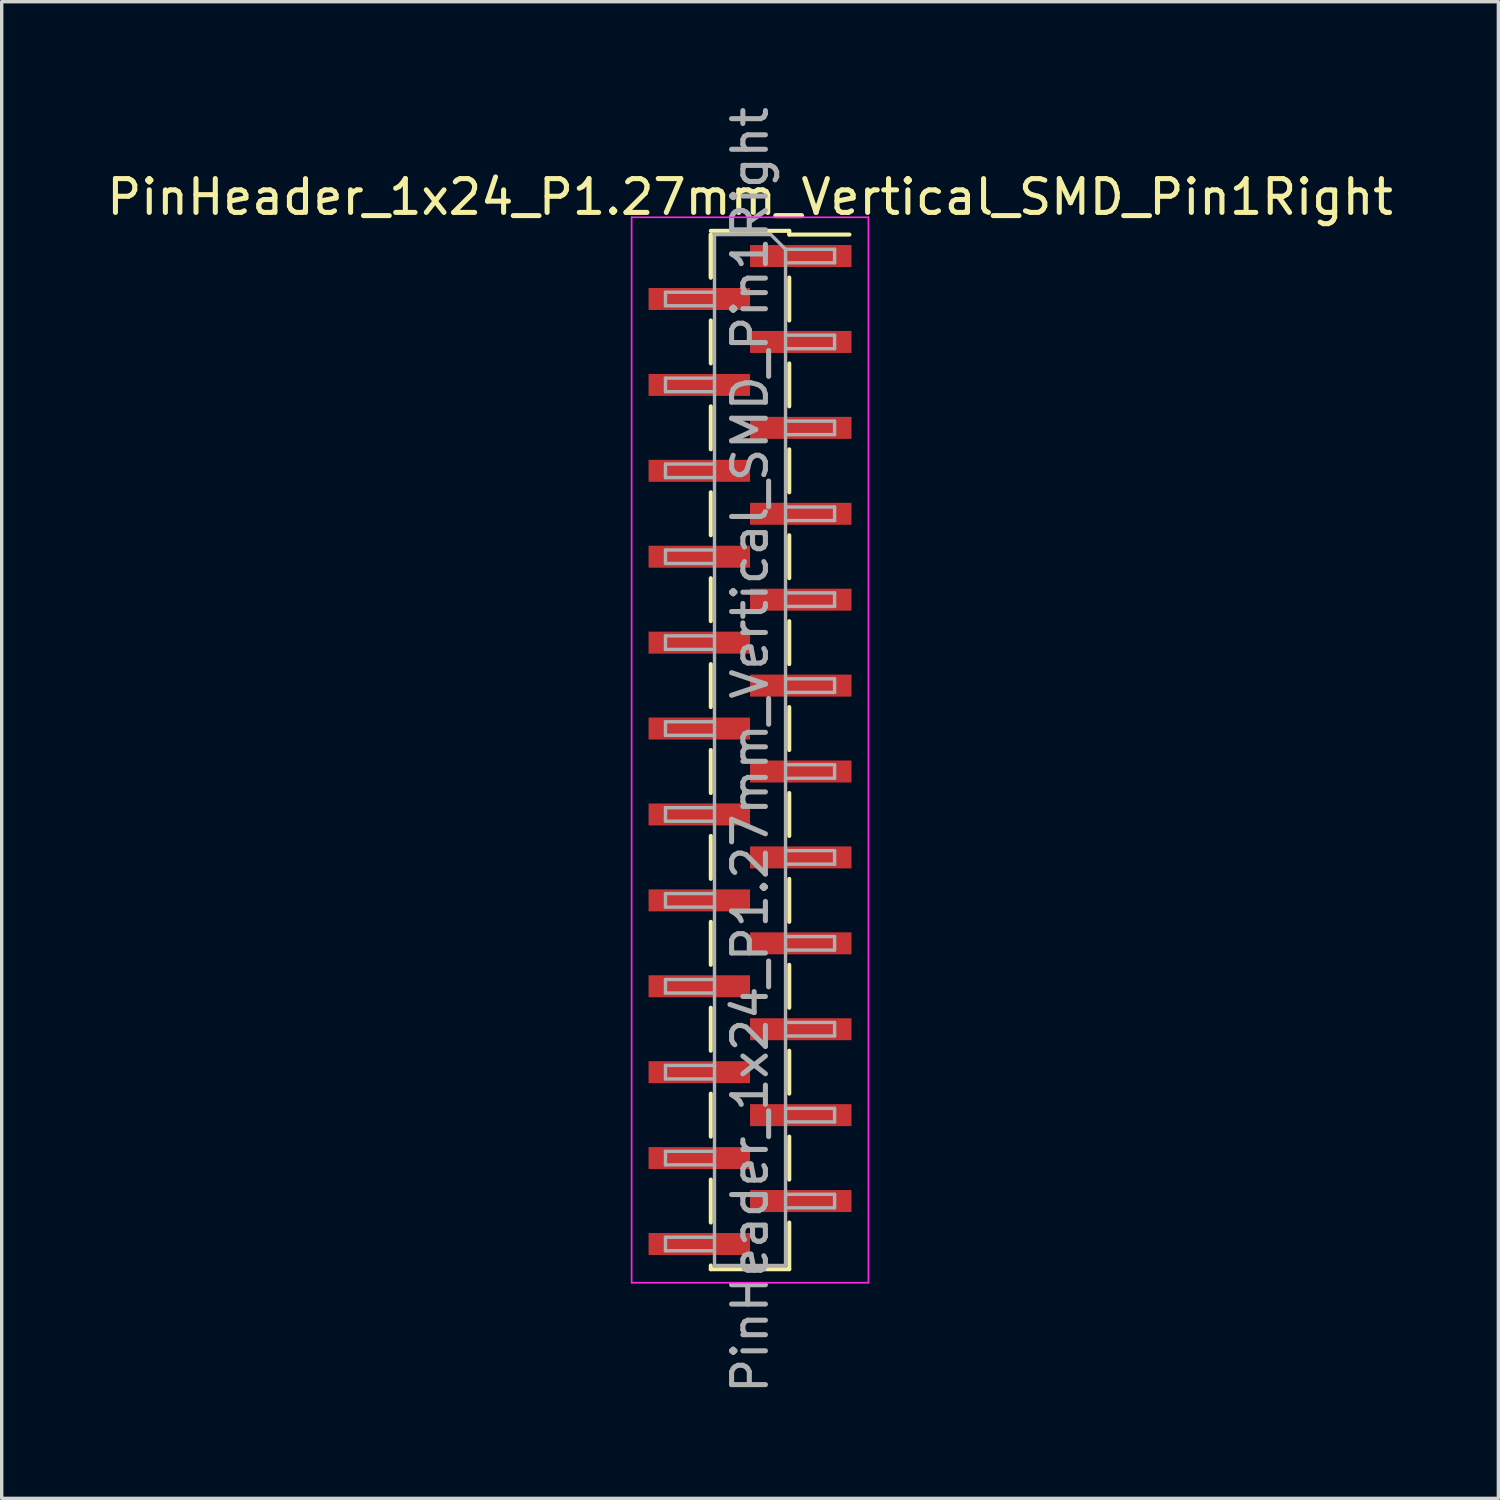
<source format=kicad_pcb>
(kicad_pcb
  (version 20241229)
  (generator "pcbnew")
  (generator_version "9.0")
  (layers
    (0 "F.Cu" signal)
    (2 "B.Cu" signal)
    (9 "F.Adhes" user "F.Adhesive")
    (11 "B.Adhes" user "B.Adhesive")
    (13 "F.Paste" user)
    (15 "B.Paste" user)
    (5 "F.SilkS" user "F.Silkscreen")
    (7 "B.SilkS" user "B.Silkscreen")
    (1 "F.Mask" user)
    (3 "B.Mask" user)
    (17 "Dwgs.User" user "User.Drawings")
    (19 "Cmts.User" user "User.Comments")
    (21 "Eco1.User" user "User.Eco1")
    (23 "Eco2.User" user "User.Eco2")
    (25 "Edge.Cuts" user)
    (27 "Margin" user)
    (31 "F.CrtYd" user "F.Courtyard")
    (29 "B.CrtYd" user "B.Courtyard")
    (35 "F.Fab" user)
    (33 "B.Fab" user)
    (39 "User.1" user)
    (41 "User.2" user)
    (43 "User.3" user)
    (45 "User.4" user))
  (footprint "PinHeader_1x24_P1.27mm_Vertical_SMD_Pin1Right"
    (layer "F.Cu")
    (at 19.125 19.125)
    (property "Reference" "PinHeader_1x24_P1.27mm_Vertical_SMD_Pin1Right" (at 0 -16.35 0) (layer "F.SilkS") (effects (font (size 1 1) (thickness 0.15))))
    (attr smd)
    (fp_line (start -1.16 -15.35) (end 1.16 -15.35) (stroke (width 0.12) (type solid)) (layer "F.SilkS"))
    (fp_line (start -1.16 -15.24) (end -1.16 -13.97) (stroke (width 0.12) (type solid)) (layer "F.SilkS"))
    (fp_line (start -1.16 -15.24) (end -1.16 -13.97) (stroke (width 0.12) (type solid)) (layer "F.SilkS"))
    (fp_line (start -1.16 -12.7) (end -1.16 -11.43) (stroke (width 0.12) (type solid)) (layer "F.SilkS"))
    (fp_line (start -1.16 -10.16) (end -1.16 -8.89) (stroke (width 0.12) (type solid)) (layer "F.SilkS"))
    (fp_line (start -1.16 -7.62) (end -1.16 -6.35) (stroke (width 0.12) (type solid)) (layer "F.SilkS"))
    (fp_line (start -1.16 -5.08) (end -1.16 -3.81) (stroke (width 0.12) (type solid)) (layer "F.SilkS"))
    (fp_line (start -1.16 -2.54) (end -1.16 -1.27) (stroke (width 0.12) (type solid)) (layer "F.SilkS"))
    (fp_line (start -1.16 0) (end -1.16 1.27) (stroke (width 0.12) (type solid)) (layer "F.SilkS"))
    (fp_line (start -1.16 2.54) (end -1.16 3.81) (stroke (width 0.12) (type solid)) (layer "F.SilkS"))
    (fp_line (start -1.16 5.08) (end -1.16 6.35) (stroke (width 0.12) (type solid)) (layer "F.SilkS"))
    (fp_line (start -1.16 7.62) (end -1.16 8.89) (stroke (width 0.12) (type solid)) (layer "F.SilkS"))
    (fp_line (start -1.16 10.16) (end -1.16 11.43) (stroke (width 0.12) (type solid)) (layer "F.SilkS"))
    (fp_line (start -1.16 12.7) (end -1.16 13.97) (stroke (width 0.12) (type solid)) (layer "F.SilkS"))
    (fp_line (start -1.16 15.24) (end -1.16 15.35) (stroke (width 0.12) (type solid)) (layer "F.SilkS"))
    (fp_line (start -1.16 15.35) (end 1.16 15.35) (stroke (width 0.12) (type solid)) (layer "F.SilkS"))
    (fp_line (start 1.16 -15.35) (end 1.16 -15.24) (stroke (width 0.12) (type solid)) (layer "F.SilkS"))
    (fp_line (start 1.16 -15.24) (end 2.94 -15.24) (stroke (width 0.12) (type solid)) (layer "F.SilkS"))
    (fp_line (start 1.16 -13.97) (end 1.16 -12.7) (stroke (width 0.12) (type solid)) (layer "F.SilkS"))
    (fp_line (start 1.16 -11.43) (end 1.16 -10.16) (stroke (width 0.12) (type solid)) (layer "F.SilkS"))
    (fp_line (start 1.16 -8.89) (end 1.16 -7.62) (stroke (width 0.12) (type solid)) (layer "F.SilkS"))
    (fp_line (start 1.16 -6.35) (end 1.16 -5.08) (stroke (width 0.12) (type solid)) (layer "F.SilkS"))
    (fp_line (start 1.16 -3.81) (end 1.16 -2.54) (stroke (width 0.12) (type solid)) (layer "F.SilkS"))
    (fp_line (start 1.16 -1.27) (end 1.16 0) (stroke (width 0.12) (type solid)) (layer "F.SilkS"))
    (fp_line (start 1.16 1.27) (end 1.16 2.54) (stroke (width 0.12) (type solid)) (layer "F.SilkS"))
    (fp_line (start 1.16 3.81) (end 1.16 5.08) (stroke (width 0.12) (type solid)) (layer "F.SilkS"))
    (fp_line (start 1.16 6.35) (end 1.16 7.62) (stroke (width 0.12) (type solid)) (layer "F.SilkS"))
    (fp_line (start 1.16 8.89) (end 1.16 10.16) (stroke (width 0.12) (type solid)) (layer "F.SilkS"))
    (fp_line (start 1.16 11.43) (end 1.16 12.7) (stroke (width 0.12) (type solid)) (layer "F.SilkS"))
    (fp_line (start 1.16 13.97) (end 1.16 15.35) (stroke (width 0.12) (type solid)) (layer "F.SilkS"))
    (fp_line (start -3.5 -15.75) (end -3.5 15.75) (stroke (width 0.05) (type solid)) (layer "F.CrtYd"))
    (fp_line (start -3.5 15.75) (end 3.5 15.75) (stroke (width 0.05) (type solid)) (layer "F.CrtYd"))
    (fp_line (start 3.5 -15.75) (end -3.5 -15.75) (stroke (width 0.05) (type solid)) (layer "F.CrtYd"))
    (fp_line (start 3.5 15.75) (end 3.5 -15.75) (stroke (width 0.05) (type solid)) (layer "F.CrtYd"))
    (fp_line (start -2.5 -13.535) (end -2.5 -13.135) (stroke (width 0.1) (type solid)) (layer "F.Fab"))
    (fp_line (start -2.5 -13.135) (end -1.05 -13.135) (stroke (width 0.1) (type solid)) (layer "F.Fab"))
    (fp_line (start -2.5 -10.995) (end -2.5 -10.595) (stroke (width 0.1) (type solid)) (layer "F.Fab"))
    (fp_line (start -2.5 -10.595) (end -1.05 -10.595) (stroke (width 0.1) (type solid)) (layer "F.Fab"))
    (fp_line (start -2.5 -8.455) (end -2.5 -8.055) (stroke (width 0.1) (type solid)) (layer "F.Fab"))
    (fp_line (start -2.5 -8.055) (end -1.05 -8.055) (stroke (width 0.1) (type solid)) (layer "F.Fab"))
    (fp_line (start -2.5 -5.915) (end -2.5 -5.515) (stroke (width 0.1) (type solid)) (layer "F.Fab"))
    (fp_line (start -2.5 -5.515) (end -1.05 -5.515) (stroke (width 0.1) (type solid)) (layer "F.Fab"))
    (fp_line (start -2.5 -3.375) (end -2.5 -2.975) (stroke (width 0.1) (type solid)) (layer "F.Fab"))
    (fp_line (start -2.5 -2.975) (end -1.05 -2.975) (stroke (width 0.1) (type solid)) (layer "F.Fab"))
    (fp_line (start -2.5 -0.835) (end -2.5 -0.435) (stroke (width 0.1) (type solid)) (layer "F.Fab"))
    (fp_line (start -2.5 -0.435) (end -1.05 -0.435) (stroke (width 0.1) (type solid)) (layer "F.Fab"))
    (fp_line (start -2.5 1.705) (end -2.5 2.105) (stroke (width 0.1) (type solid)) (layer "F.Fab"))
    (fp_line (start -2.5 2.105) (end -1.05 2.105) (stroke (width 0.1) (type solid)) (layer "F.Fab"))
    (fp_line (start -2.5 4.245) (end -2.5 4.645) (stroke (width 0.1) (type solid)) (layer "F.Fab"))
    (fp_line (start -2.5 4.645) (end -1.05 4.645) (stroke (width 0.1) (type solid)) (layer "F.Fab"))
    (fp_line (start -2.5 6.785) (end -2.5 7.185) (stroke (width 0.1) (type solid)) (layer "F.Fab"))
    (fp_line (start -2.5 7.185) (end -1.05 7.185) (stroke (width 0.1) (type solid)) (layer "F.Fab"))
    (fp_line (start -2.5 9.325) (end -2.5 9.725) (stroke (width 0.1) (type solid)) (layer "F.Fab"))
    (fp_line (start -2.5 9.725) (end -1.05 9.725) (stroke (width 0.1) (type solid)) (layer "F.Fab"))
    (fp_line (start -2.5 11.865) (end -2.5 12.265) (stroke (width 0.1) (type solid)) (layer "F.Fab"))
    (fp_line (start -2.5 12.265) (end -1.05 12.265) (stroke (width 0.1) (type solid)) (layer "F.Fab"))
    (fp_line (start -2.5 14.405) (end -2.5 14.805) (stroke (width 0.1) (type solid)) (layer "F.Fab"))
    (fp_line (start -2.5 14.805) (end -1.05 14.805) (stroke (width 0.1) (type solid)) (layer "F.Fab"))
    (fp_line (start -1.05 -15.24) (end -1.05 15.24) (stroke (width 0.1) (type solid)) (layer "F.Fab"))
    (fp_line (start -1.05 -15.24) (end 0.615 -15.24) (stroke (width 0.1) (type solid)) (layer "F.Fab"))
    (fp_line (start -1.05 -13.535) (end -2.5 -13.535) (stroke (width 0.1) (type solid)) (layer "F.Fab"))
    (fp_line (start -1.05 -10.995) (end -2.5 -10.995) (stroke (width 0.1) (type solid)) (layer "F.Fab"))
    (fp_line (start -1.05 -8.455) (end -2.5 -8.455) (stroke (width 0.1) (type solid)) (layer "F.Fab"))
    (fp_line (start -1.05 -5.915) (end -2.5 -5.915) (stroke (width 0.1) (type solid)) (layer "F.Fab"))
    (fp_line (start -1.05 -3.375) (end -2.5 -3.375) (stroke (width 0.1) (type solid)) (layer "F.Fab"))
    (fp_line (start -1.05 -0.835) (end -2.5 -0.835) (stroke (width 0.1) (type solid)) (layer "F.Fab"))
    (fp_line (start -1.05 1.705) (end -2.5 1.705) (stroke (width 0.1) (type solid)) (layer "F.Fab"))
    (fp_line (start -1.05 4.245) (end -2.5 4.245) (stroke (width 0.1) (type solid)) (layer "F.Fab"))
    (fp_line (start -1.05 6.785) (end -2.5 6.785) (stroke (width 0.1) (type solid)) (layer "F.Fab"))
    (fp_line (start -1.05 9.325) (end -2.5 9.325) (stroke (width 0.1) (type solid)) (layer "F.Fab"))
    (fp_line (start -1.05 11.865) (end -2.5 11.865) (stroke (width 0.1) (type solid)) (layer "F.Fab"))
    (fp_line (start -1.05 14.405) (end -2.5 14.405) (stroke (width 0.1) (type solid)) (layer "F.Fab"))
    (fp_line (start 1.05 -14.805) (end 0.615 -15.24) (stroke (width 0.1) (type solid)) (layer "F.Fab"))
    (fp_line (start 1.05 -14.805) (end 2.5 -14.805) (stroke (width 0.1) (type solid)) (layer "F.Fab"))
    (fp_line (start 1.05 -12.265) (end 2.5 -12.265) (stroke (width 0.1) (type solid)) (layer "F.Fab"))
    (fp_line (start 1.05 -9.725) (end 2.5 -9.725) (stroke (width 0.1) (type solid)) (layer "F.Fab"))
    (fp_line (start 1.05 -7.185) (end 2.5 -7.185) (stroke (width 0.1) (type solid)) (layer "F.Fab"))
    (fp_line (start 1.05 -4.645) (end 2.5 -4.645) (stroke (width 0.1) (type solid)) (layer "F.Fab"))
    (fp_line (start 1.05 -2.105) (end 2.5 -2.105) (stroke (width 0.1) (type solid)) (layer "F.Fab"))
    (fp_line (start 1.05 0.435) (end 2.5 0.435) (stroke (width 0.1) (type solid)) (layer "F.Fab"))
    (fp_line (start 1.05 2.975) (end 2.5 2.975) (stroke (width 0.1) (type solid)) (layer "F.Fab"))
    (fp_line (start 1.05 5.515) (end 2.5 5.515) (stroke (width 0.1) (type solid)) (layer "F.Fab"))
    (fp_line (start 1.05 8.055) (end 2.5 8.055) (stroke (width 0.1) (type solid)) (layer "F.Fab"))
    (fp_line (start 1.05 10.595) (end 2.5 10.595) (stroke (width 0.1) (type solid)) (layer "F.Fab"))
    (fp_line (start 1.05 13.135) (end 2.5 13.135) (stroke (width 0.1) (type solid)) (layer "F.Fab"))
    (fp_line (start 1.05 15.24) (end -1.05 15.24) (stroke (width 0.1) (type solid)) (layer "F.Fab"))
    (fp_line (start 1.05 15.24) (end 1.05 -14.805) (stroke (width 0.1) (type solid)) (layer "F.Fab"))
    (fp_line (start 2.5 -14.805) (end 2.5 -14.405) (stroke (width 0.1) (type solid)) (layer "F.Fab"))
    (fp_line (start 2.5 -14.405) (end 1.05 -14.405) (stroke (width 0.1) (type solid)) (layer "F.Fab"))
    (fp_line (start 2.5 -12.265) (end 2.5 -11.865) (stroke (width 0.1) (type solid)) (layer "F.Fab"))
    (fp_line (start 2.5 -11.865) (end 1.05 -11.865) (stroke (width 0.1) (type solid)) (layer "F.Fab"))
    (fp_line (start 2.5 -9.725) (end 2.5 -9.325) (stroke (width 0.1) (type solid)) (layer "F.Fab"))
    (fp_line (start 2.5 -9.325) (end 1.05 -9.325) (stroke (width 0.1) (type solid)) (layer "F.Fab"))
    (fp_line (start 2.5 -7.185) (end 2.5 -6.785) (stroke (width 0.1) (type solid)) (layer "F.Fab"))
    (fp_line (start 2.5 -6.785) (end 1.05 -6.785) (stroke (width 0.1) (type solid)) (layer "F.Fab"))
    (fp_line (start 2.5 -4.645) (end 2.5 -4.245) (stroke (width 0.1) (type solid)) (layer "F.Fab"))
    (fp_line (start 2.5 -4.245) (end 1.05 -4.245) (stroke (width 0.1) (type solid)) (layer "F.Fab"))
    (fp_line (start 2.5 -2.105) (end 2.5 -1.705) (stroke (width 0.1) (type solid)) (layer "F.Fab"))
    (fp_line (start 2.5 -1.705) (end 1.05 -1.705) (stroke (width 0.1) (type solid)) (layer "F.Fab"))
    (fp_line (start 2.5 0.435) (end 2.5 0.835) (stroke (width 0.1) (type solid)) (layer "F.Fab"))
    (fp_line (start 2.5 0.835) (end 1.05 0.835) (stroke (width 0.1) (type solid)) (layer "F.Fab"))
    (fp_line (start 2.5 2.975) (end 2.5 3.375) (stroke (width 0.1) (type solid)) (layer "F.Fab"))
    (fp_line (start 2.5 3.375) (end 1.05 3.375) (stroke (width 0.1) (type solid)) (layer "F.Fab"))
    (fp_line (start 2.5 5.515) (end 2.5 5.915) (stroke (width 0.1) (type solid)) (layer "F.Fab"))
    (fp_line (start 2.5 5.915) (end 1.05 5.915) (stroke (width 0.1) (type solid)) (layer "F.Fab"))
    (fp_line (start 2.5 8.055) (end 2.5 8.455) (stroke (width 0.1) (type solid)) (layer "F.Fab"))
    (fp_line (start 2.5 8.455) (end 1.05 8.455) (stroke (width 0.1) (type solid)) (layer "F.Fab"))
    (fp_line (start 2.5 10.595) (end 2.5 10.995) (stroke (width 0.1) (type solid)) (layer "F.Fab"))
    (fp_line (start 2.5 10.995) (end 1.05 10.995) (stroke (width 0.1) (type solid)) (layer "F.Fab"))
    (fp_line (start 2.5 13.135) (end 2.5 13.535) (stroke (width 0.1) (type solid)) (layer "F.Fab"))
    (fp_line (start 2.5 13.535) (end 1.05 13.535) (stroke (width 0.1) (type solid)) (layer "F.Fab"))
    (fp_text user "${REFERENCE}" (at 0 0 90) (layer "F.Fab") (effects (font (size 1 1) (thickness 0.15))))
    (pad "1" smd rect (at 1.5 -14.605) (size 3 0.65) (layers "F.Cu" "F.Mask" "F.Paste"))
    (pad "2" smd rect (at -1.5 -13.335) (size 3 0.65) (layers "F.Cu" "F.Mask" "F.Paste"))
    (pad "3" smd rect (at 1.5 -12.065) (size 3 0.65) (layers "F.Cu" "F.Mask" "F.Paste"))
    (pad "4" smd rect (at -1.5 -10.795) (size 3 0.65) (layers "F.Cu" "F.Mask" "F.Paste"))
    (pad "5" smd rect (at 1.5 -9.525) (size 3 0.65) (layers "F.Cu" "F.Mask" "F.Paste"))
    (pad "6" smd rect (at -1.5 -8.255) (size 3 0.65) (layers "F.Cu" "F.Mask" "F.Paste"))
    (pad "7" smd rect (at 1.5 -6.985) (size 3 0.65) (layers "F.Cu" "F.Mask" "F.Paste"))
    (pad "8" smd rect (at -1.5 -5.715) (size 3 0.65) (layers "F.Cu" "F.Mask" "F.Paste"))
    (pad "9" smd rect (at 1.5 -4.445) (size 3 0.65) (layers "F.Cu" "F.Mask" "F.Paste"))
    (pad "10" smd rect (at -1.5 -3.175) (size 3 0.65) (layers "F.Cu" "F.Mask" "F.Paste"))
    (pad "11" smd rect (at 1.5 -1.905) (size 3 0.65) (layers "F.Cu" "F.Mask" "F.Paste"))
    (pad "12" smd rect (at -1.5 -0.635) (size 3 0.65) (layers "F.Cu" "F.Mask" "F.Paste"))
    (pad "13" smd rect (at 1.5 0.635) (size 3 0.65) (layers "F.Cu" "F.Mask" "F.Paste"))
    (pad "14" smd rect (at -1.5 1.905) (size 3 0.65) (layers "F.Cu" "F.Mask" "F.Paste"))
    (pad "15" smd rect (at 1.5 3.175) (size 3 0.65) (layers "F.Cu" "F.Mask" "F.Paste"))
    (pad "16" smd rect (at -1.5 4.445) (size 3 0.65) (layers "F.Cu" "F.Mask" "F.Paste"))
    (pad "17" smd rect (at 1.5 5.715) (size 3 0.65) (layers "F.Cu" "F.Mask" "F.Paste"))
    (pad "18" smd rect (at -1.5 6.985) (size 3 0.65) (layers "F.Cu" "F.Mask" "F.Paste"))
    (pad "19" smd rect (at 1.5 8.255) (size 3 0.65) (layers "F.Cu" "F.Mask" "F.Paste"))
    (pad "20" smd rect (at -1.5 9.525) (size 3 0.65) (layers "F.Cu" "F.Mask" "F.Paste"))
    (pad "21" smd rect (at 1.5 10.795) (size 3 0.65) (layers "F.Cu" "F.Mask" "F.Paste"))
    (pad "22" smd rect (at -1.5 12.065) (size 3 0.65) (layers "F.Cu" "F.Mask" "F.Paste"))
    (pad "23" smd rect (at 1.5 13.335) (size 3 0.65) (layers "F.Cu" "F.Mask" "F.Paste"))
    (pad "24" smd rect (at -1.5 14.605) (size 3 0.65) (layers "F.Cu" "F.Mask" "F.Paste")))
  (gr_rect
    (start -3 -3)
    (end 41.25 41.25)
    (stroke (width 0.1) (type default))
    (fill no)
    (layer "Edge.Cuts")))
</source>
